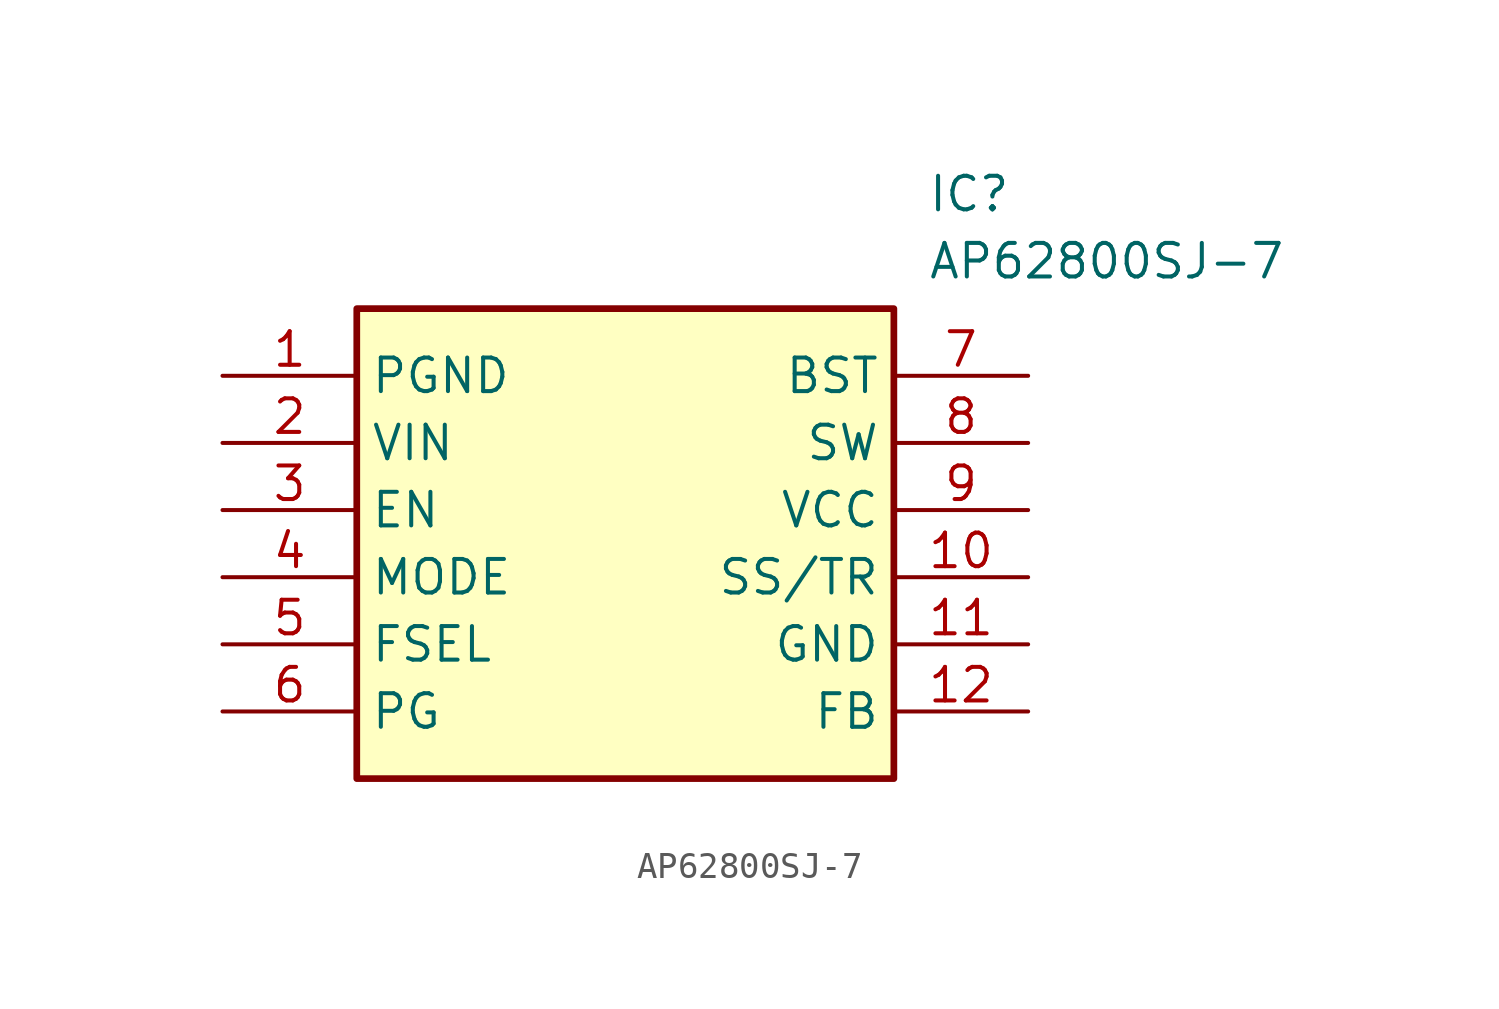
<source format=kicad_sym>
(kicad_symbol_lib
  (version 20211014)
  (generator SamacSys_ECAD_Model)
  (symbol "AP62800SJ-7"
    (property "Reference" "IC"
      (at 26.67 7.62 0)
      (effects (font (size 1.27 1.27)) (justify left top)))
    (property "Value" "AP62800SJ-7"
      (at 26.67 5.08 0)
      (effects (font (size 1.27 1.27)) (justify left top)))
    (rectangle
      (start 5.08 2.54)
      (end 25.4 -15.24)
      (stroke (width 0.254) (type default))
      (fill (type background)))
    (pin passive line
      (at 0 0 0)
      (length 5.08)
      (name "PGND" (effects (font (size 1.27 1.27))))
      (number "1" (effects (font (size 1.27 1.27)))))
    (pin passive line
      (at 0 -2.54 0)
      (length 5.08)
      (name "VIN" (effects (font (size 1.27 1.27))))
      (number "2" (effects (font (size 1.27 1.27)))))
    (pin passive line
      (at 0 -5.08 0)
      (length 5.08)
      (name "EN" (effects (font (size 1.27 1.27))))
      (number "3" (effects (font (size 1.27 1.27)))))
    (pin passive line
      (at 0 -7.62 0)
      (length 5.08)
      (name "MODE" (effects (font (size 1.27 1.27))))
      (number "4" (effects (font (size 1.27 1.27)))))
    (pin passive line
      (at 0 -10.16 0)
      (length 5.08)
      (name "FSEL" (effects (font (size 1.27 1.27))))
      (number "5" (effects (font (size 1.27 1.27)))))
    (pin passive line
      (at 0 -12.7 0)
      (length 5.08)
      (name "PG" (effects (font (size 1.27 1.27))))
      (number "6" (effects (font (size 1.27 1.27)))))
    (pin passive line
      (at 30.48 0 180)
      (length 5.08)
      (name "BST" (effects (font (size 1.27 1.27))))
      (number "7" (effects (font (size 1.27 1.27)))))
    (pin passive line
      (at 30.48 -2.54 180)
      (length 5.08)
      (name "SW" (effects (font (size 1.27 1.27))))
      (number "8" (effects (font (size 1.27 1.27)))))
    (pin passive line
      (at 30.48 -5.08 180)
      (length 5.08)
      (name "VCC" (effects (font (size 1.27 1.27))))
      (number "9" (effects (font (size 1.27 1.27)))))
    (pin passive line
      (at 30.48 -7.62 180)
      (length 5.08)
      (name "SS/TR" (effects (font (size 1.27 1.27))))
      (number "10" (effects (font (size 1.27 1.27)))))
    (pin passive line
      (at 30.48 -10.16 180)
      (length 5.08)
      (name "GND" (effects (font (size 1.27 1.27))))
      (number "11" (effects (font (size 1.27 1.27)))))
    (pin passive line
      (at 30.48 -12.7 180)
      (length 5.08)
      (name "FB" (effects (font (size 1.27 1.27))))
      (number "12" (effects (font (size 1.27 1.27)))))))
</source>
